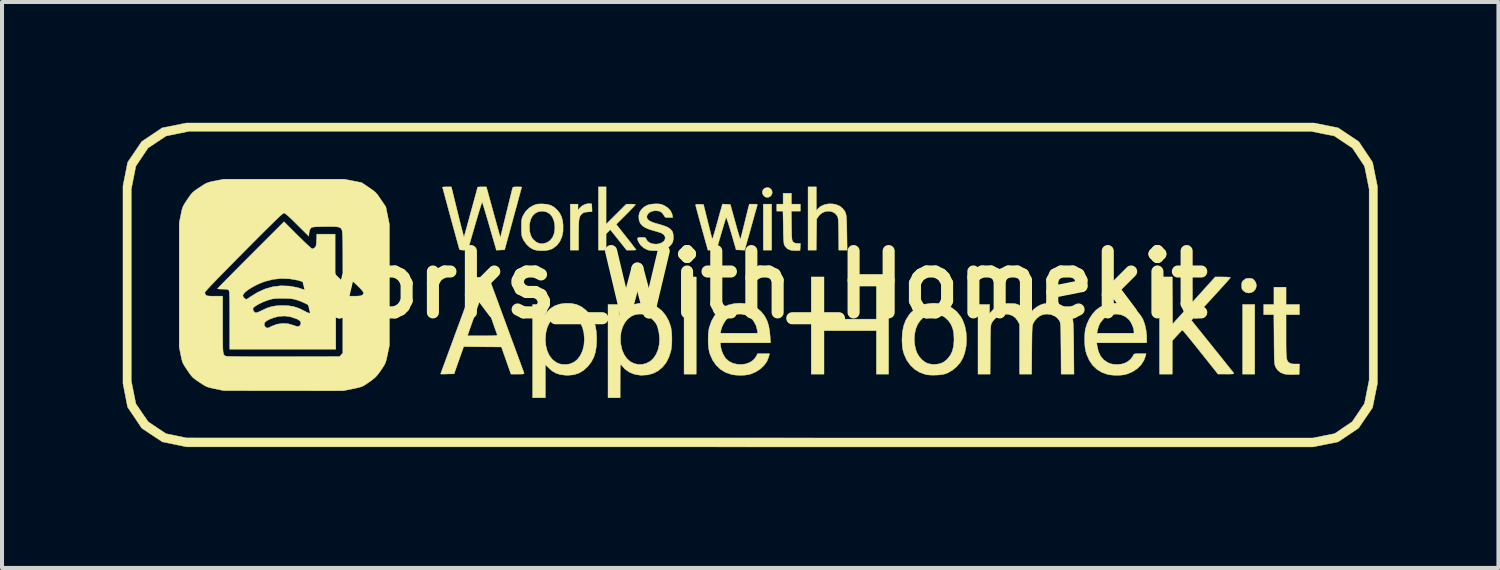
<source format=kicad_pcb>
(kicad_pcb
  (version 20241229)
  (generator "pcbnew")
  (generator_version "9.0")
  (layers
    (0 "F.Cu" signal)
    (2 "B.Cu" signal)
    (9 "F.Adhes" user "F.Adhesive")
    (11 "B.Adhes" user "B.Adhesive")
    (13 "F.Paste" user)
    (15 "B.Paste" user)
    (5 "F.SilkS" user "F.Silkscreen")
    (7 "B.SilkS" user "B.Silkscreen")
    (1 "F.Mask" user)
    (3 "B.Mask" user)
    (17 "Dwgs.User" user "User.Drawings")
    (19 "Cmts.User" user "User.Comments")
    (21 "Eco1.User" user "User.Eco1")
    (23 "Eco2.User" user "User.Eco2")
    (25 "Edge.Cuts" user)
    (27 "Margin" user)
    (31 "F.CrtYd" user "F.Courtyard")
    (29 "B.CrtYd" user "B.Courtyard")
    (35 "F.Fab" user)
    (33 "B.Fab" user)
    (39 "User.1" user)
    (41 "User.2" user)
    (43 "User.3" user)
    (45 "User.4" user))
  (footprint "Works_With_Homekit"
    (layer "F.Cu")
    (at 15.578 4.021)
    (property "Reference" "Works_With_Homekit" (at 0 0 0) (layer "F.SilkS") (effects (font (size 1.524 1.524) (thickness 0.3))))
    (attr through_hole)
    (fp_poly (pts (xy -1.333 2.223) (xy -1.635 2.223) (xy -1.635 -0.191) (xy -1.333 -0.191) (xy -1.333 2.223)) (stroke (width 0.01) (type solid)) (fill yes) (layer "F.SilkS"))
    (fp_poly (pts (xy 0.54 -0.857) (xy 0.333 -0.857) (xy 0.333 -2) (xy 0.54 -2) (xy 0.54 -0.857)) (stroke (width 0.01) (type solid)) (fill yes) (layer "F.SilkS"))
    (fp_poly (pts (xy 12.541 2.223) (xy 12.24 2.223) (xy 12.24 0.492) (xy 12.541 0.492) (xy 12.541 2.223)) (stroke (width 0.01) (type solid)) (fill yes) (layer "F.SilkS"))
    (fp_poly (pts (xy 1.841 0.857) (xy 3.143 0.857) (xy 3.143 -0.191) (xy 3.445 -0.191) (xy 3.445 2.223) (xy 3.143 2.223) (xy 3.143 1.143) (xy 1.841 1.143) (xy 1.841 2.223) (xy 1.524 2.223) (xy 1.524 -0.191) (xy 1.841 -0.191) (xy 1.841 0.857)) (stroke (width 0.01) (type solid)) (fill yes) (layer "F.SilkS"))
    (fp_poly (pts (xy 0.486 -2.402) (xy 0.521 -2.376) (xy 0.55 -2.327) (xy 0.554 -2.275) (xy 0.537 -2.227) (xy 0.503 -2.19) (xy 0.458 -2.169) (xy 0.405 -2.171) (xy 0.381 -2.18) (xy 0.337 -2.217) (xy 0.311 -2.268) (xy 0.31 -2.318) (xy 0.335 -2.368) (xy 0.379 -2.401) (xy 0.432 -2.413) (xy 0.486 -2.402)) (stroke (width 0.01) (type solid)) (fill yes) (layer "F.SilkS"))
    (fp_poly (pts (xy 12.454 -0.155) (xy 12.491 -0.142) (xy 12.525 -0.114) (xy 12.569 -0.05) (xy 12.584 0.022) (xy 12.567 0.096) (xy 12.564 0.102) (xy 12.521 0.16) (xy 12.462 0.196) (xy 12.393 0.208) (xy 12.324 0.195) (xy 12.268 0.16) (xy 12.238 0.13) (xy 12.222 0.1) (xy 12.216 0.06) (xy 12.216 0.024) (xy 12.218 -0.03) (xy 12.227 -0.065) (xy 12.247 -0.093) (xy 12.268 -0.112) (xy 12.308 -0.142) (xy 12.349 -0.156) (xy 12.4 -0.159) (xy 12.454 -0.155)) (stroke (width 0.01) (type solid)) (fill yes) (layer "F.SilkS"))
    (fp_poly (pts (xy -3.983 -2.013) (xy -3.929 -2.008) (xy -3.924 -1.911) (xy -3.92 -1.814) (xy -4.023 -1.807) (xy -4.087 -1.8) (xy -4.131 -1.787) (xy -4.164 -1.765) (xy -4.169 -1.761) (xy -4.194 -1.736) (xy -4.214 -1.71) (xy -4.229 -1.678) (xy -4.24 -1.637) (xy -4.247 -1.583) (xy -4.251 -1.511) (xy -4.254 -1.418) (xy -4.254 -1.298) (xy -4.255 -1.239) (xy -4.255 -0.857) (xy -4.461 -0.857) (xy -4.461 -2) (xy -4.27 -2) (xy -4.27 -1.85) (xy -4.223 -1.908) (xy -4.163 -1.961) (xy -4.088 -1.998) (xy -4.01 -2.014) (xy -3.983 -2.013)) (stroke (width 0.01) (type solid)) (fill yes) (layer "F.SilkS"))
    (fp_poly (pts (xy -3.572 -1.501) (xy -3.322 -1.75) (xy -3.071 -2) (xy -2.957 -2) (xy -2.901 -1.999) (xy -2.86 -1.995) (xy -2.842 -1.989) (xy -2.842 -1.989) (xy -2.852 -1.974) (xy -2.882 -1.941) (xy -2.928 -1.893) (xy -2.987 -1.832) (xy -3.055 -1.763) (xy -3.081 -1.737) (xy -3.32 -1.498) (xy -3.073 -1.185) (xy -3.005 -1.099) (xy -2.945 -1.022) (xy -2.894 -0.956) (xy -2.856 -0.906) (xy -2.832 -0.874) (xy -2.826 -0.865) (xy -2.84 -0.861) (xy -2.879 -0.858) (xy -2.933 -0.857) (xy -2.943 -0.857) (xy -3.061 -0.857) (xy -3.467 -1.366) (xy -3.519 -1.315) (xy -3.572 -1.264) (xy -3.572 -0.857) (xy -3.762 -0.857) (xy -3.762 -2.429) (xy -3.572 -2.429) (xy -3.572 -1.501)) (stroke (width 0.01) (type solid)) (fill yes) (layer "F.SilkS"))
    (fp_poly (pts (xy 1.032 -2) (xy 1.254 -2) (xy 1.254 -1.826) (xy 1.03 -1.826) (xy 1.035 -1.461) (xy 1.037 -1.344) (xy 1.038 -1.255) (xy 1.041 -1.189) (xy 1.044 -1.142) (xy 1.049 -1.11) (xy 1.055 -1.089) (xy 1.064 -1.074) (xy 1.075 -1.061) (xy 1.076 -1.06) (xy 1.114 -1.034) (xy 1.165 -1.024) (xy 1.184 -1.024) (xy 1.255 -1.024) (xy 1.251 -0.937) (xy 1.246 -0.849) (xy 1.151 -0.846) (xy 1.088 -0.848) (xy 1.029 -0.854) (xy 1 -0.86) (xy 0.931 -0.891) (xy 0.881 -0.943) (xy 0.861 -0.976) (xy 0.852 -0.997) (xy 0.846 -1.027) (xy 0.841 -1.071) (xy 0.836 -1.133) (xy 0.833 -1.215) (xy 0.83 -1.323) (xy 0.829 -1.425) (xy 0.822 -1.826) (xy 0.667 -1.826) (xy 0.667 -2) (xy 0.826 -2) (xy 0.826 -2.27) (xy 1.032 -2.27) (xy 1.032 -2)) (stroke (width 0.01) (type solid)) (fill yes) (layer "F.SilkS"))
    (fp_poly (pts (xy 1.651 -1.839) (xy 1.691 -1.887) (xy 1.76 -1.946) (xy 1.848 -1.986) (xy 1.946 -2.006) (xy 2.048 -2.007) (xy 2.147 -1.988) (xy 2.235 -1.95) (xy 2.303 -1.893) (xy 2.331 -1.86) (xy 2.354 -1.829) (xy 2.371 -1.796) (xy 2.384 -1.758) (xy 2.394 -1.709) (xy 2.4 -1.646) (xy 2.404 -1.565) (xy 2.407 -1.462) (xy 2.409 -1.332) (xy 2.41 -1.29) (xy 2.416 -0.857) (xy 2.209 -0.857) (xy 2.204 -1.258) (xy 2.202 -1.382) (xy 2.2 -1.478) (xy 2.198 -1.55) (xy 2.195 -1.604) (xy 2.191 -1.642) (xy 2.185 -1.67) (xy 2.177 -1.692) (xy 2.166 -1.711) (xy 2.163 -1.717) (xy 2.109 -1.776) (xy 2.04 -1.812) (xy 1.961 -1.826) (xy 1.88 -1.818) (xy 1.803 -1.788) (xy 1.735 -1.736) (xy 1.703 -1.696) (xy 1.659 -1.63) (xy 1.649 -0.857) (xy 1.445 -0.857) (xy 1.445 -2.429) (xy 1.651 -2.429) (xy 1.651 -1.839)) (stroke (width 0.01) (type solid)) (fill yes) (layer "F.SilkS"))
    (fp_poly (pts (xy 13.319 0.492) (xy 13.652 0.492) (xy 13.652 0.746) (xy 13.319 0.746) (xy 13.319 1.278) (xy 13.319 1.434) (xy 13.32 1.562) (xy 13.322 1.664) (xy 13.326 1.744) (xy 13.331 1.805) (xy 13.339 1.851) (xy 13.35 1.885) (xy 13.364 1.909) (xy 13.381 1.928) (xy 13.403 1.944) (xy 13.406 1.946) (xy 13.45 1.964) (xy 13.513 1.972) (xy 13.551 1.972) (xy 13.654 1.971) (xy 13.649 2.101) (xy 13.645 2.23) (xy 13.486 2.234) (xy 13.395 2.233) (xy 13.317 2.227) (xy 13.262 2.216) (xy 13.261 2.216) (xy 13.172 2.176) (xy 13.106 2.119) (xy 13.063 2.052) (xy 13.053 2.032) (xy 13.046 2.013) (xy 13.039 1.99) (xy 13.035 1.962) (xy 13.031 1.924) (xy 13.028 1.872) (xy 13.026 1.805) (xy 13.024 1.718) (xy 13.023 1.608) (xy 13.021 1.473) (xy 13.021 1.361) (xy 13.016 0.746) (xy 12.764 0.746) (xy 12.764 0.492) (xy 13.018 0.492) (xy 13.018 0.064) (xy 13.319 0.064) (xy 13.319 0.492)) (stroke (width 0.01) (type solid)) (fill yes) (layer "F.SilkS"))
    (fp_poly (pts (xy 10.501 0.978) (xy 11.03 0.394) (xy 11.559 -0.191) (xy 11.749 -0.191) (xy 11.833 -0.189) (xy 11.894 -0.186) (xy 11.93 -0.18) (xy 11.938 -0.175) (xy 11.928 -0.16) (xy 11.898 -0.126) (xy 11.852 -0.074) (xy 11.792 -0.006) (xy 11.72 0.073) (xy 11.639 0.162) (xy 11.551 0.258) (xy 11.46 0.358) (xy 11.366 0.459) (xy 11.274 0.558) (xy 11.185 0.654) (xy 11.103 0.742) (xy 11.029 0.819) (xy 10.967 0.885) (xy 11.489 1.534) (xy 11.589 1.659) (xy 11.684 1.776) (xy 11.77 1.885) (xy 11.847 1.981) (xy 11.913 2.063) (xy 11.965 2.128) (xy 12.001 2.174) (xy 12.02 2.199) (xy 12.023 2.203) (xy 12.021 2.211) (xy 12.002 2.217) (xy 11.961 2.22) (xy 11.895 2.222) (xy 11.832 2.222) (xy 11.628 2.221) (xy 11.192 1.674) (xy 11.101 1.56) (xy 11.016 1.454) (xy 10.939 1.359) (xy 10.872 1.276) (xy 10.817 1.21) (xy 10.776 1.161) (xy 10.752 1.133) (xy 10.745 1.127) (xy 10.731 1.138) (xy 10.7 1.168) (xy 10.658 1.213) (xy 10.614 1.26) (xy 10.493 1.393) (xy 10.493 2.223) (xy 10.176 2.223) (xy 10.176 -0.191) (xy 10.493 -0.191) (xy 10.501 0.978)) (stroke (width 0.01) (type solid)) (fill yes) (layer "F.SilkS"))
    (fp_poly (pts (xy 14.613 -3.895) (xy 15.126 -3.553) (xy 15.468 -3.04) (xy 15.589 -2.439) (xy 15.589 0.008) (xy 15.589 2.455) (xy 15.528 2.755) (xy 15.468 3.056) (xy 15.294 3.31) (xy 15.121 3.564) (xy 14.867 3.735) (xy 14.613 3.905) (xy 14.297 3.969) (xy 13.98 4.032) (xy -13.994 4.029) (xy -14.295 3.967) (xy -14.596 3.905) (xy -14.851 3.736) (xy -15.105 3.567) (xy -15.459 3.04) (xy -15.516 2.746) (xy -15.573 2.453) (xy -15.573 -2.373) (xy -15.367 -2.373) (xy -15.367 2.389) (xy -15.253 2.959) (xy -15.1 3.184) (xy -14.946 3.408) (xy -14.507 3.701) (xy -14.25 3.754) (xy -13.994 3.807) (xy 13.98 3.81) (xy 14.254 3.755) (xy 14.527 3.7) (xy 14.745 3.552) (xy 14.962 3.405) (xy 15.115 3.179) (xy 15.267 2.953) (xy 15.325 2.663) (xy 15.383 2.373) (xy 15.383 0) (xy 15.383 -2.373) (xy 15.326 -2.657) (xy 15.269 -2.941) (xy 15.118 -3.168) (xy 14.967 -3.394) (xy 14.518 -3.693) (xy 14.224 -3.752) (xy 13.93 -3.811) (xy 0 -3.81) (xy -13.93 -3.81) (xy -14.216 -3.751) (xy -14.502 -3.693) (xy -14.725 -3.544) (xy -14.949 -3.396) (xy -15.101 -3.17) (xy -15.253 -2.945) (xy -15.31 -2.659) (xy -15.367 -2.373) (xy -15.573 -2.373) (xy -15.573 -2.453) (xy -15.515 -2.746) (xy -15.457 -3.04) (xy -15.282 -3.297) (xy -15.108 -3.554) (xy -14.854 -3.724) (xy -14.599 -3.895) (xy -13.996 -4.016) (xy 14.012 -4.016) (xy 14.613 -3.895)) (stroke (width 0.01) (type solid)) (fill yes) (layer "F.SilkS"))
    (fp_poly (pts (xy -5.043 -1.997) (xy -4.947 -1.972) (xy -4.864 -1.925) (xy -4.787 -1.855) (xy -4.782 -1.85) (xy -4.72 -1.77) (xy -4.678 -1.684) (xy -4.652 -1.584) (xy -4.64 -1.474) (xy -4.642 -1.324) (xy -4.669 -1.19) (xy -4.72 -1.074) (xy -4.793 -0.978) (xy -4.889 -0.904) (xy -4.916 -0.889) (xy -4.992 -0.862) (xy -5.087 -0.846) (xy -5.189 -0.843) (xy -5.287 -0.851) (xy -5.369 -0.871) (xy -5.374 -0.873) (xy -5.465 -0.924) (xy -5.548 -1.001) (xy -5.615 -1.095) (xy -5.631 -1.124) (xy -5.649 -1.164) (xy -5.662 -1.199) (xy -5.669 -1.237) (xy -5.673 -1.286) (xy -5.675 -1.354) (xy -5.675 -1.421) (xy -5.675 -1.434) (xy -5.477 -1.434) (xy -5.47 -1.321) (xy -5.447 -1.231) (xy -5.408 -1.155) (xy -5.385 -1.126) (xy -5.31 -1.059) (xy -5.228 -1.023) (xy -5.139 -1.018) (xy -5.045 -1.043) (xy -5.04 -1.046) (xy -4.961 -1.099) (xy -4.901 -1.174) (xy -4.862 -1.271) (xy -4.845 -1.385) (xy -4.846 -1.47) (xy -4.867 -1.586) (xy -4.907 -1.681) (xy -4.967 -1.754) (xy -5.043 -1.802) (xy -5.135 -1.824) (xy -5.164 -1.825) (xy -5.259 -1.811) (xy -5.339 -1.769) (xy -5.403 -1.704) (xy -5.448 -1.616) (xy -5.473 -1.508) (xy -5.477 -1.434) (xy -5.675 -1.434) (xy -5.675 -1.508) (xy -5.673 -1.571) (xy -5.668 -1.617) (xy -5.659 -1.655) (xy -5.645 -1.691) (xy -5.634 -1.716) (xy -5.566 -1.824) (xy -5.476 -1.911) (xy -5.383 -1.966) (xy -5.33 -1.987) (xy -5.28 -2) (xy -5.221 -2.005) (xy -5.159 -2.006) (xy -5.043 -1.997)) (stroke (width 0.01) (type solid)) (fill yes) (layer "F.SilkS"))
    (fp_poly (pts (xy -4.433 0.467) (xy -4.306 0.493) (xy -4.193 0.544) (xy -4.088 0.622) (xy -4.026 0.683) (xy -3.943 0.787) (xy -3.881 0.901) (xy -3.839 1.027) (xy -3.814 1.172) (xy -3.805 1.34) (xy -3.805 1.349) (xy -3.813 1.523) (xy -3.836 1.672) (xy -3.878 1.803) (xy -3.939 1.919) (xy -4.02 2.025) (xy -4.028 2.033) (xy -4.135 2.131) (xy -4.25 2.199) (xy -4.376 2.239) (xy -4.518 2.252) (xy -4.579 2.25) (xy -4.709 2.234) (xy -4.818 2.2) (xy -4.913 2.144) (xy -4.989 2.078) (xy -5.08 1.987) (xy -5.08 2.81) (xy -5.397 2.81) (xy -5.397 1.357) (xy -5.08 1.357) (xy -5.069 1.51) (xy -5.035 1.645) (xy -4.981 1.762) (xy -4.907 1.857) (xy -4.815 1.929) (xy -4.739 1.965) (xy -4.676 1.978) (xy -4.598 1.983) (xy -4.519 1.978) (xy -4.46 1.966) (xy -4.362 1.921) (xy -4.277 1.849) (xy -4.208 1.754) (xy -4.156 1.639) (xy -4.123 1.508) (xy -4.112 1.363) (xy -4.112 1.357) (xy -4.123 1.206) (xy -4.155 1.072) (xy -4.207 0.957) (xy -4.277 0.863) (xy -4.364 0.793) (xy -4.467 0.748) (xy -4.582 0.73) (xy -4.597 0.73) (xy -4.714 0.745) (xy -4.817 0.786) (xy -4.906 0.854) (xy -4.978 0.945) (xy -5.032 1.057) (xy -5.066 1.189) (xy -5.08 1.34) (xy -5.08 1.357) (xy -5.397 1.357) (xy -5.397 0.492) (xy -5.096 0.492) (xy -5.096 0.752) (xy -5.052 0.695) (xy -4.96 0.598) (xy -4.852 0.528) (xy -4.726 0.483) (xy -4.581 0.463) (xy -4.578 0.463) (xy -4.433 0.467)) (stroke (width 0.01) (type solid)) (fill yes) (layer "F.SilkS"))
    (fp_poly (pts (xy -0.092 0.473) (xy 0.049 0.513) (xy 0.173 0.579) (xy 0.28 0.671) (xy 0.291 0.683) (xy 0.367 0.781) (xy 0.424 0.889) (xy 0.465 1.011) (xy 0.491 1.153) (xy 0.502 1.274) (xy 0.513 1.445) (xy -0.735 1.445) (xy -0.726 1.532) (xy -0.704 1.632) (xy -0.663 1.734) (xy -0.608 1.823) (xy -0.596 1.838) (xy -0.52 1.904) (xy -0.426 1.951) (xy -0.32 1.977) (xy -0.21 1.983) (xy -0.101 1.969) (xy -0.001 1.932) (xy 0.068 1.887) (xy 0.113 1.843) (xy 0.151 1.791) (xy 0.16 1.776) (xy 0.191 1.714) (xy 0.489 1.714) (xy 0.468 1.796) (xy 0.423 1.906) (xy 0.351 2.007) (xy 0.257 2.096) (xy 0.145 2.168) (xy 0.02 2.22) (xy -0.044 2.237) (xy -0.14 2.249) (xy -0.251 2.252) (xy -0.362 2.246) (xy -0.459 2.231) (xy -0.464 2.23) (xy -0.605 2.18) (xy -0.73 2.104) (xy -0.837 2.003) (xy -0.923 1.879) (xy -0.988 1.735) (xy -1.009 1.667) (xy -1.024 1.585) (xy -1.034 1.482) (xy -1.037 1.369) (xy -1.034 1.256) (xy -1.03 1.206) (xy -0.732 1.206) (xy 0.195 1.206) (xy 0.185 1.134) (xy 0.153 1.015) (xy 0.094 0.906) (xy 0.062 0.866) (xy -0.018 0.797) (xy -0.113 0.752) (xy -0.217 0.731) (xy -0.324 0.733) (xy -0.427 0.758) (xy -0.52 0.807) (xy -0.586 0.866) (xy -0.64 0.943) (xy -0.687 1.034) (xy -0.717 1.126) (xy -0.721 1.147) (xy -0.732 1.206) (xy -1.03 1.206) (xy -1.026 1.154) (xy -1.011 1.072) (xy -1.011 1.07) (xy -0.954 0.907) (xy -0.877 0.769) (xy -0.782 0.655) (xy -0.668 0.567) (xy -0.535 0.505) (xy -0.386 0.47) (xy -0.25 0.46) (xy -0.092 0.473)) (stroke (width 0.01) (type solid)) (fill yes) (layer "F.SilkS"))
    (fp_poly (pts (xy -2.491 0.479) (xy -2.366 0.523) (xy -2.294 0.563) (xy -2.185 0.651) (xy -2.092 0.764) (xy -2.018 0.896) (xy -1.966 1.045) (xy -1.961 1.065) (xy -1.947 1.15) (xy -1.939 1.256) (xy -1.937 1.372) (xy -1.941 1.486) (xy -1.951 1.588) (xy -1.962 1.646) (xy -2.012 1.804) (xy -2.083 1.941) (xy -2.174 2.054) (xy -2.283 2.143) (xy -2.409 2.207) (xy -2.549 2.243) (xy -2.703 2.251) (xy -2.723 2.25) (xy -2.865 2.227) (xy -2.992 2.176) (xy -3.104 2.097) (xy -3.198 1.992) (xy -3.205 1.986) (xy -3.211 1.989) (xy -3.215 2.005) (xy -3.218 2.038) (xy -3.22 2.09) (xy -3.221 2.164) (xy -3.222 2.264) (xy -3.222 2.385) (xy -3.223 2.81) (xy -3.524 2.81) (xy -3.524 1.308) (xy -3.215 1.308) (xy -3.21 1.454) (xy -3.206 1.479) (xy -3.176 1.617) (xy -3.125 1.736) (xy -3.058 1.834) (xy -2.975 1.909) (xy -2.88 1.959) (xy -2.775 1.983) (xy -2.663 1.979) (xy -2.568 1.953) (xy -2.471 1.9) (xy -2.39 1.823) (xy -2.326 1.725) (xy -2.279 1.61) (xy -2.251 1.481) (xy -2.244 1.343) (xy -2.258 1.198) (xy -2.289 1.065) (xy -2.31 1.006) (xy -2.337 0.959) (xy -2.375 0.911) (xy -2.419 0.865) (xy -2.49 0.801) (xy -2.557 0.76) (xy -2.63 0.738) (xy -2.718 0.73) (xy -2.741 0.73) (xy -2.85 0.745) (xy -2.949 0.787) (xy -3.035 0.854) (xy -3.106 0.942) (xy -3.161 1.05) (xy -3.198 1.172) (xy -3.215 1.308) (xy -3.524 1.308) (xy -3.524 0.492) (xy -3.239 0.492) (xy -3.239 0.767) (xy -3.191 0.701) (xy -3.107 0.611) (xy -3.002 0.54) (xy -2.884 0.491) (xy -2.755 0.464) (xy -2.623 0.46) (xy -2.491 0.479)) (stroke (width 0.01) (type solid)) (fill yes) (layer "F.SilkS"))
    (fp_poly (pts (xy 4.744 0.474) (xy 4.893 0.515) (xy 5.025 0.581) (xy 5.139 0.672) (xy 5.233 0.788) (xy 5.286 0.881) (xy 5.34 1.027) (xy 5.372 1.188) (xy 5.383 1.358) (xy 5.372 1.528) (xy 5.338 1.691) (xy 5.289 1.826) (xy 5.224 1.936) (xy 5.136 2.038) (xy 5.031 2.125) (xy 4.918 2.191) (xy 4.854 2.216) (xy 4.775 2.233) (xy 4.678 2.244) (xy 4.573 2.248) (xy 4.472 2.246) (xy 4.386 2.236) (xy 4.362 2.231) (xy 4.219 2.179) (xy 4.092 2.101) (xy 3.984 1.998) (xy 3.896 1.874) (xy 3.831 1.73) (xy 3.803 1.634) (xy 3.791 1.567) (xy 3.783 1.482) (xy 3.779 1.389) (xy 3.779 1.363) (xy 4.084 1.363) (xy 4.096 1.501) (xy 4.128 1.634) (xy 4.155 1.703) (xy 4.205 1.787) (xy 4.274 1.864) (xy 4.352 1.926) (xy 4.418 1.958) (xy 4.519 1.98) (xy 4.63 1.98) (xy 4.737 1.958) (xy 4.753 1.952) (xy 4.825 1.916) (xy 4.892 1.861) (xy 4.918 1.834) (xy 4.985 1.744) (xy 5.032 1.641) (xy 5.06 1.521) (xy 5.071 1.379) (xy 5.071 1.358) (xy 5.064 1.216) (xy 5.041 1.097) (xy 5.001 0.997) (xy 4.942 0.908) (xy 4.921 0.884) (xy 4.839 0.808) (xy 4.755 0.759) (xy 4.661 0.736) (xy 4.557 0.734) (xy 4.453 0.747) (xy 4.369 0.777) (xy 4.295 0.828) (xy 4.233 0.89) (xy 4.168 0.984) (xy 4.121 1.099) (xy 4.093 1.227) (xy 4.084 1.363) (xy 3.779 1.363) (xy 3.779 1.357) (xy 3.789 1.177) (xy 3.821 1.018) (xy 3.875 0.877) (xy 3.953 0.752) (xy 3.993 0.703) (xy 4.101 0.603) (xy 4.227 0.53) (xy 4.371 0.482) (xy 4.531 0.461) (xy 4.58 0.46) (xy 4.744 0.474)) (stroke (width 0.01) (type solid)) (fill yes) (layer "F.SilkS"))
    (fp_poly (pts (xy -6.053 0.992) (xy -5.985 1.177) (xy -5.92 1.354) (xy -5.858 1.52) (xy -5.802 1.673) (xy -5.751 1.811) (xy -5.707 1.932) (xy -5.67 2.032) (xy -5.641 2.111) (xy -5.621 2.165) (xy -5.612 2.192) (xy -5.611 2.195) (xy -5.609 2.207) (xy -5.618 2.215) (xy -5.643 2.22) (xy -5.689 2.222) (xy -5.761 2.222) (xy -5.768 2.223) (xy -5.934 2.223) (xy -5.992 2.06) (xy -6.023 1.971) (xy -6.059 1.869) (xy -6.094 1.769) (xy -6.111 1.722) (xy -6.172 1.548) (xy -6.64 1.544) (xy -7.109 1.539) (xy -7.15 1.655) (xy -7.171 1.713) (xy -7.199 1.793) (xy -7.231 1.883) (xy -7.263 1.974) (xy -7.269 1.992) (xy -7.347 2.215) (xy -7.515 2.219) (xy -7.584 2.221) (xy -7.639 2.221) (xy -7.674 2.22) (xy -7.683 2.219) (xy -7.678 2.204) (xy -7.662 2.161) (xy -7.638 2.093) (xy -7.604 2.002) (xy -7.563 1.89) (xy -7.515 1.759) (xy -7.461 1.612) (xy -7.401 1.451) (xy -7.338 1.278) (xy -7.335 1.27) (xy -7.016 1.27) (xy -6.642 1.27) (xy -6.519 1.27) (xy -6.425 1.269) (xy -6.357 1.266) (xy -6.311 1.263) (xy -6.285 1.259) (xy -6.275 1.253) (xy -6.275 1.25) (xy -6.282 1.231) (xy -6.298 1.185) (xy -6.322 1.117) (xy -6.353 1.029) (xy -6.389 0.926) (xy -6.429 0.811) (xy -6.462 0.718) (xy -6.504 0.598) (xy -6.543 0.488) (xy -6.577 0.391) (xy -6.606 0.312) (xy -6.627 0.254) (xy -6.64 0.219) (xy -6.644 0.21) (xy -6.65 0.226) (xy -6.665 0.266) (xy -6.686 0.326) (xy -6.712 0.401) (xy -6.73 0.452) (xy -6.765 0.551) (xy -6.805 0.668) (xy -6.849 0.792) (xy -6.891 0.912) (xy -6.915 0.98) (xy -7.016 1.27) (xy -7.335 1.27) (xy -7.27 1.095) (xy -7.241 1.016) (xy -6.799 -0.183) (xy -6.486 -0.183) (xy -6.053 0.992)) (stroke (width 0.01) (type solid)) (fill yes) (layer "F.SilkS"))
    (fp_poly (pts (xy -2.278 -2.006) (xy -2.226 -2.001) (xy -2.181 -1.989) (xy -2.131 -1.967) (xy -2.119 -1.961) (xy -2.031 -1.902) (xy -1.967 -1.83) (xy -1.931 -1.747) (xy -1.926 -1.726) (xy -1.917 -1.667) (xy -2.013 -1.667) (xy -2.066 -1.668) (xy -2.098 -1.673) (xy -2.117 -1.689) (xy -2.134 -1.718) (xy -2.138 -1.726) (xy -2.184 -1.788) (xy -2.25 -1.826) (xy -2.335 -1.838) (xy -2.362 -1.837) (xy -2.447 -1.819) (xy -2.513 -1.78) (xy -2.55 -1.731) (xy -2.562 -1.678) (xy -2.544 -1.629) (xy -2.496 -1.585) (xy -2.418 -1.548) (xy -2.345 -1.525) (xy -2.227 -1.492) (xy -2.135 -1.463) (xy -2.065 -1.436) (xy -2.012 -1.407) (xy -1.971 -1.376) (xy -1.938 -1.338) (xy -1.932 -1.331) (xy -1.912 -1.284) (xy -1.902 -1.218) (xy -1.901 -1.145) (xy -1.912 -1.077) (xy -1.926 -1.036) (xy -1.973 -0.974) (xy -2.041 -0.917) (xy -2.121 -0.875) (xy -2.15 -0.865) (xy -2.219 -0.851) (xy -2.304 -0.844) (xy -2.394 -0.844) (xy -2.476 -0.85) (xy -2.541 -0.863) (xy -2.546 -0.865) (xy -2.636 -0.912) (xy -2.712 -0.98) (xy -2.758 -1.048) (xy -2.786 -1.107) (xy -2.794 -1.145) (xy -2.781 -1.165) (xy -2.742 -1.173) (xy -2.692 -1.175) (xy -2.637 -1.174) (xy -2.605 -1.169) (xy -2.588 -1.157) (xy -2.577 -1.135) (xy -2.574 -1.127) (xy -2.541 -1.077) (xy -2.485 -1.038) (xy -2.412 -1.014) (xy -2.332 -1.006) (xy -2.251 -1.017) (xy -2.179 -1.046) (xy -2.13 -1.088) (xy -2.105 -1.137) (xy -2.106 -1.189) (xy -2.135 -1.237) (xy -2.188 -1.277) (xy -2.224 -1.291) (xy -2.281 -1.31) (xy -2.347 -1.329) (xy -2.366 -1.334) (xy -2.496 -1.372) (xy -2.596 -1.415) (xy -2.67 -1.464) (xy -2.72 -1.52) (xy -2.749 -1.587) (xy -2.756 -1.623) (xy -2.759 -1.72) (xy -2.738 -1.8) (xy -2.692 -1.87) (xy -2.689 -1.873) (xy -2.618 -1.937) (xy -2.537 -1.979) (xy -2.44 -2.001) (xy -2.349 -2.007) (xy -2.278 -2.006)) (stroke (width 0.01) (type solid)) (fill yes) (layer "F.SilkS"))
    (fp_poly (pts (xy 9.252 0.472) (xy 9.389 0.507) (xy 9.487 0.551) (xy 9.559 0.603) (xy 9.634 0.676) (xy 9.702 0.76) (xy 9.756 0.845) (xy 9.764 0.862) (xy 9.808 0.98) (xy 9.839 1.115) (xy 9.856 1.257) (xy 9.858 1.327) (xy 9.858 1.445) (xy 8.616 1.445) (xy 8.627 1.526) (xy 8.658 1.661) (xy 8.711 1.774) (xy 8.787 1.865) (xy 8.884 1.933) (xy 8.949 1.961) (xy 9.03 1.979) (xy 9.127 1.983) (xy 9.225 1.974) (xy 9.309 1.952) (xy 9.382 1.914) (xy 9.45 1.859) (xy 9.503 1.796) (xy 9.525 1.753) (xy 9.534 1.735) (xy 9.547 1.724) (xy 9.571 1.718) (xy 9.613 1.715) (xy 9.679 1.715) (xy 9.692 1.714) (xy 9.843 1.714) (xy 9.833 1.758) (xy 9.789 1.88) (xy 9.718 1.991) (xy 9.623 2.086) (xy 9.506 2.163) (xy 9.371 2.22) (xy 9.332 2.231) (xy 9.251 2.245) (xy 9.152 2.252) (xy 9.046 2.25) (xy 8.946 2.241) (xy 8.886 2.23) (xy 8.745 2.18) (xy 8.621 2.104) (xy 8.516 2.004) (xy 8.431 1.879) (xy 8.366 1.732) (xy 8.342 1.651) (xy 8.327 1.569) (xy 8.318 1.467) (xy 8.315 1.356) (xy 8.318 1.246) (xy 8.322 1.206) (xy 8.62 1.206) (xy 9.541 1.206) (xy 9.541 1.159) (xy 9.531 1.096) (xy 9.505 1.02) (xy 9.468 0.944) (xy 9.426 0.88) (xy 9.416 0.869) (xy 9.329 0.795) (xy 9.227 0.749) (xy 9.112 0.731) (xy 9.096 0.731) (xy 8.977 0.743) (xy 8.876 0.779) (xy 8.791 0.841) (xy 8.717 0.931) (xy 8.717 0.931) (xy 8.689 0.976) (xy 8.669 1.021) (xy 8.651 1.074) (xy 8.633 1.147) (xy 8.629 1.163) (xy 8.62 1.206) (xy 8.322 1.206) (xy 8.327 1.148) (xy 8.335 1.103) (xy 8.375 0.971) (xy 8.436 0.843) (xy 8.512 0.728) (xy 8.6 0.632) (xy 8.694 0.561) (xy 8.82 0.505) (xy 8.96 0.471) (xy 9.106 0.46) (xy 9.252 0.472)) (stroke (width 0.01) (type solid)) (fill yes) (layer "F.SilkS"))
    (fp_poly (pts (xy -0.584 -1.997) (xy -0.486 -1.992) (xy -0.366 -1.56) (xy -0.335 -1.448) (xy -0.306 -1.347) (xy -0.281 -1.261) (xy -0.261 -1.193) (xy -0.246 -1.147) (xy -0.239 -1.128) (xy -0.238 -1.127) (xy -0.232 -1.142) (xy -0.22 -1.183) (xy -0.203 -1.247) (xy -0.182 -1.33) (xy -0.158 -1.426) (xy -0.138 -1.506) (xy -0.112 -1.614) (xy -0.087 -1.716) (xy -0.065 -1.805) (xy -0.047 -1.876) (xy -0.035 -1.925) (xy -0.03 -1.942) (xy -0.014 -2) (xy 0.09 -2) (xy 0.148 -1.999) (xy 0.179 -1.993) (xy 0.187 -1.982) (xy 0.186 -1.98) (xy 0.18 -1.961) (xy 0.167 -1.914) (xy 0.147 -1.845) (xy 0.122 -1.757) (xy 0.094 -1.654) (xy 0.062 -1.54) (xy 0.048 -1.492) (xy 0.015 -1.371) (xy -0.017 -1.256) (xy -0.047 -1.151) (xy -0.072 -1.062) (xy -0.091 -0.993) (xy -0.104 -0.948) (xy -0.106 -0.94) (xy -0.13 -0.856) (xy -0.235 -0.861) (xy -0.341 -0.865) (xy -0.46 -1.273) (xy -0.492 -1.381) (xy -0.521 -1.477) (xy -0.547 -1.557) (xy -0.568 -1.619) (xy -0.582 -1.658) (xy -0.589 -1.67) (xy -0.589 -1.67) (xy -0.596 -1.652) (xy -0.611 -1.608) (xy -0.631 -1.542) (xy -0.657 -1.458) (xy -0.686 -1.359) (xy -0.716 -1.258) (xy -0.832 -0.857) (xy -1.042 -0.857) (xy -1.196 -1.409) (xy -1.231 -1.536) (xy -1.264 -1.655) (xy -1.292 -1.76) (xy -1.316 -1.849) (xy -1.334 -1.918) (xy -1.346 -1.963) (xy -1.349 -1.981) (xy -1.34 -1.993) (xy -1.308 -1.998) (xy -1.251 -1.997) (xy -1.152 -1.992) (xy -1.048 -1.572) (xy -1.02 -1.46) (xy -0.994 -1.358) (xy -0.972 -1.27) (xy -0.954 -1.2) (xy -0.942 -1.153) (xy -0.936 -1.132) (xy -0.936 -1.131) (xy -0.93 -1.14) (xy -0.917 -1.176) (xy -0.898 -1.235) (xy -0.875 -1.312) (xy -0.848 -1.405) (xy -0.827 -1.481) (xy -0.797 -1.589) (xy -0.769 -1.691) (xy -0.744 -1.782) (xy -0.723 -1.856) (xy -0.708 -1.908) (xy -0.703 -1.926) (xy -0.681 -2.002) (xy -0.584 -1.997)) (stroke (width 0.01) (type solid)) (fill yes) (layer "F.SilkS"))
    (fp_poly (pts (xy -7.261 -1.798) (xy -7.228 -1.663) (xy -7.197 -1.538) (xy -7.169 -1.427) (xy -7.144 -1.334) (xy -7.125 -1.26) (xy -7.111 -1.209) (xy -7.103 -1.185) (xy -7.102 -1.183) (xy -7.094 -1.212) (xy -7.079 -1.265) (xy -7.058 -1.34) (xy -7.033 -1.431) (xy -7.004 -1.535) (xy -6.973 -1.648) (xy -6.941 -1.767) (xy -6.908 -1.886) (xy -6.876 -2.003) (xy -6.846 -2.112) (xy -6.819 -2.211) (xy -6.796 -2.296) (xy -6.779 -2.362) (xy -6.767 -2.405) (xy -6.763 -2.421) (xy -6.763 -2.421) (xy -6.748 -2.425) (xy -6.71 -2.428) (xy -6.656 -2.429) (xy -6.654 -2.429) (xy -6.546 -2.429) (xy -6.373 -1.799) (xy -6.199 -1.169) (xy -6.055 -1.755) (xy -6.023 -1.888) (xy -5.992 -2.013) (xy -5.964 -2.126) (xy -5.94 -2.223) (xy -5.921 -2.301) (xy -5.907 -2.356) (xy -5.9 -2.384) (xy -5.9 -2.385) (xy -5.893 -2.408) (xy -5.88 -2.421) (xy -5.854 -2.427) (xy -5.807 -2.429) (xy -5.778 -2.429) (xy -5.724 -2.428) (xy -5.684 -2.427) (xy -5.668 -2.425) (xy -5.668 -2.425) (xy -5.672 -2.409) (xy -5.684 -2.366) (xy -5.702 -2.298) (xy -5.727 -2.208) (xy -5.756 -2.098) (xy -5.79 -1.973) (xy -5.828 -1.835) (xy -5.869 -1.686) (xy -5.88 -1.643) (xy -6.093 -0.865) (xy -6.195 -0.861) (xy -6.297 -0.856) (xy -6.468 -1.448) (xy -6.506 -1.58) (xy -6.542 -1.701) (xy -6.574 -1.81) (xy -6.602 -1.903) (xy -6.625 -1.976) (xy -6.64 -2.026) (xy -6.649 -2.05) (xy -6.649 -2.051) (xy -6.656 -2.039) (xy -6.67 -1.999) (xy -6.691 -1.935) (xy -6.718 -1.85) (xy -6.749 -1.748) (xy -6.784 -1.63) (xy -6.822 -1.502) (xy -6.834 -1.46) (xy -7.008 -0.857) (xy -7.108 -0.857) (xy -7.173 -0.861) (xy -7.209 -0.87) (xy -7.215 -0.877) (xy -7.221 -0.896) (xy -7.234 -0.943) (xy -7.253 -1.012) (xy -7.277 -1.1) (xy -7.306 -1.205) (xy -7.338 -1.323) (xy -7.373 -1.449) (xy -7.409 -1.58) (xy -7.445 -1.714) (xy -7.481 -1.846) (xy -7.515 -1.972) (xy -7.547 -2.09) (xy -7.575 -2.195) (xy -7.599 -2.284) (xy -7.618 -2.354) (xy -7.631 -2.401) (xy -7.636 -2.421) (xy -7.636 -2.422) (xy -7.621 -2.425) (xy -7.583 -2.428) (xy -7.529 -2.429) (xy -7.526 -2.429) (xy -7.416 -2.429) (xy -7.261 -1.798)) (stroke (width 0.01) (type solid)) (fill yes) (layer "F.SilkS"))
    (fp_poly (pts (xy 7.548 0.469) (xy 7.604 0.472) (xy 7.648 0.479) (xy 7.687 0.491) (xy 7.732 0.512) (xy 7.752 0.521) (xy 7.836 0.571) (xy 7.901 0.629) (xy 7.922 0.653) (xy 7.949 0.688) (xy 7.971 0.72) (xy 7.989 0.753) (xy 8.004 0.79) (xy 8.015 0.834) (xy 8.024 0.889) (xy 8.031 0.957) (xy 8.036 1.042) (xy 8.039 1.147) (xy 8.042 1.275) (xy 8.044 1.429) (xy 8.045 1.56) (xy 8.051 2.223) (xy 7.732 2.223) (xy 7.728 1.591) (xy 7.726 1.433) (xy 7.725 1.303) (xy 7.724 1.198) (xy 7.722 1.115) (xy 7.72 1.052) (xy 7.717 1.004) (xy 7.713 0.968) (xy 7.708 0.942) (xy 7.701 0.922) (xy 7.694 0.904) (xy 7.69 0.897) (xy 7.635 0.825) (xy 7.559 0.771) (xy 7.468 0.739) (xy 7.368 0.731) (xy 7.274 0.745) (xy 7.2 0.779) (xy 7.129 0.835) (xy 7.07 0.905) (xy 7.042 0.953) (xy 7.033 0.972) (xy 7.026 0.993) (xy 7.021 1.019) (xy 7.016 1.053) (xy 7.013 1.099) (xy 7.01 1.159) (xy 7.008 1.237) (xy 7.007 1.337) (xy 7.005 1.461) (xy 7.004 1.614) (xy 7.004 1.623) (xy 6.999 2.223) (xy 6.699 2.223) (xy 6.699 0.988) (xy 6.655 0.903) (xy 6.597 0.825) (xy 6.52 0.769) (xy 6.428 0.737) (xy 6.326 0.731) (xy 6.238 0.746) (xy 6.175 0.775) (xy 6.11 0.825) (xy 6.051 0.886) (xy 6.012 0.942) (xy 6.003 0.96) (xy 5.996 0.978) (xy 5.99 1.001) (xy 5.985 1.03) (xy 5.982 1.071) (xy 5.979 1.125) (xy 5.977 1.196) (xy 5.975 1.288) (xy 5.974 1.403) (xy 5.973 1.546) (xy 5.972 1.615) (xy 5.968 2.223) (xy 5.667 2.223) (xy 5.667 0.492) (xy 5.953 0.492) (xy 5.953 0.718) (xy 6.027 0.636) (xy 6.079 0.585) (xy 6.139 0.538) (xy 6.182 0.511) (xy 6.221 0.492) (xy 6.257 0.479) (xy 6.298 0.472) (xy 6.353 0.469) (xy 6.431 0.468) (xy 6.437 0.468) (xy 6.517 0.469) (xy 6.573 0.472) (xy 6.615 0.479) (xy 6.651 0.491) (xy 6.69 0.509) (xy 6.692 0.511) (xy 6.772 0.564) (xy 6.841 0.631) (xy 6.892 0.702) (xy 6.904 0.726) (xy 6.925 0.778) (xy 6.968 0.71) (xy 7.04 0.622) (xy 7.132 0.55) (xy 7.207 0.509) (xy 7.25 0.491) (xy 7.29 0.479) (xy 7.336 0.472) (xy 7.397 0.469) (xy 7.469 0.468) (xy 7.548 0.469)) (stroke (width 0.01) (type solid)) (fill yes) (layer "F.SilkS"))
    (fp_poly (pts (xy -9.858 -2.577) (xy -9.644 -2.535) (xy -9.466 -2.415) (xy -9.394 -2.366) (xy -9.341 -2.327) (xy -9.299 -2.29) (xy -9.262 -2.25) (xy -9.224 -2.198) (xy -9.176 -2.128) (xy -9.166 -2.114) (xy -9.043 -1.932) (xy -8.999 -1.716) (xy -8.955 -1.5) (xy -8.954 0.003) (xy -8.954 1.507) (xy -9.001 1.731) (xy -9.02 1.819) (xy -9.036 1.885) (xy -9.052 1.935) (xy -9.072 1.98) (xy -9.098 2.026) (xy -9.135 2.082) (xy -9.162 2.122) (xy -9.21 2.19) (xy -9.252 2.244) (xy -9.294 2.291) (xy -9.342 2.334) (xy -9.402 2.381) (xy -9.48 2.435) (xy -9.537 2.474) (xy -9.579 2.501) (xy -9.618 2.522) (xy -9.662 2.539) (xy -9.717 2.555) (xy -9.79 2.572) (xy -9.869 2.588) (xy -10.101 2.635) (xy -11.587 2.634) (xy -13.073 2.632) (xy -13.284 2.588) (xy -13.369 2.57) (xy -13.432 2.555) (xy -13.483 2.538) (xy -13.529 2.516) (xy -13.581 2.486) (xy -13.647 2.443) (xy -13.673 2.426) (xy -13.746 2.377) (xy -13.799 2.338) (xy -13.841 2.302) (xy -13.877 2.262) (xy -13.916 2.21) (xy -13.964 2.141) (xy -13.974 2.126) (xy -14.023 2.053) (xy -14.058 1.997) (xy -14.083 1.951) (xy -14.1 1.906) (xy -14.115 1.852) (xy -14.13 1.782) (xy -14.137 1.748) (xy -14.176 1.551) (xy -14.176 0.196) (xy -13.541 0.196) (xy -13.531 0.232) (xy -13.515 0.257) (xy -13.5 0.269) (xy -13.478 0.277) (xy -13.442 0.282) (xy -13.387 0.285) (xy -13.307 0.286) (xy -13.293 0.286) (xy -13.097 0.286) (xy -13.097 0.989) (xy -13.097 1.163) (xy -13.097 1.308) (xy -13.096 1.427) (xy -13.094 1.523) (xy -13.091 1.598) (xy -13.087 1.655) (xy -13.08 1.697) (xy -13.072 1.727) (xy -13.061 1.747) (xy -13.048 1.76) (xy -13.032 1.77) (xy -13.012 1.778) (xy -13.012 1.778) (xy -12.991 1.78) (xy -12.941 1.782) (xy -12.864 1.784) (xy -12.762 1.785) (xy -12.638 1.787) (xy -12.494 1.788) (xy -12.332 1.789) (xy -12.154 1.789) (xy -11.964 1.789) (xy -11.763 1.789) (xy -11.583 1.789) (xy -10.189 1.786) (xy -10.151 1.741) (xy -10.112 1.697) (xy -10.112 0.991) (xy -10.112 0.286) (xy -9.885 0.286) (xy -9.787 0.285) (xy -9.716 0.282) (xy -9.666 0.275) (xy -9.634 0.264) (xy -9.614 0.247) (xy -9.601 0.223) (xy -9.599 0.217) (xy -9.6 0.198) (xy -9.614 0.17) (xy -9.644 0.132) (xy -9.692 0.08) (xy -9.759 0.014) (xy -9.847 -0.068) (xy -9.928 -0.143) (xy -10.111 -0.31) (xy -10.112 -0.794) (xy -10.113 -0.931) (xy -10.114 -1.055) (xy -10.117 -1.161) (xy -10.12 -1.246) (xy -10.125 -1.306) (xy -10.129 -1.337) (xy -10.141 -1.372) (xy -10.157 -1.398) (xy -10.182 -1.417) (xy -10.219 -1.43) (xy -10.272 -1.438) (xy -10.346 -1.442) (xy -10.444 -1.443) (xy -10.557 -1.442) (xy -10.666 -1.44) (xy -10.747 -1.438) (xy -10.805 -1.435) (xy -10.845 -1.431) (xy -10.872 -1.425) (xy -10.89 -1.417) (xy -10.904 -1.406) (xy -10.908 -1.402) (xy -10.937 -1.353) (xy -10.95 -1.286) (xy -10.958 -1.204) (xy -11.247 -1.491) (xy -11.344 -1.587) (xy -11.421 -1.661) (xy -11.481 -1.716) (xy -11.526 -1.752) (xy -11.556 -1.773) (xy -11.574 -1.779) (xy -11.585 -1.774) (xy -11.605 -1.761) (xy -11.635 -1.736) (xy -11.676 -1.7) (xy -11.729 -1.65) (xy -11.796 -1.586) (xy -11.877 -1.507) (xy -11.974 -1.411) (xy -12.089 -1.298) (xy -12.222 -1.165) (xy -12.374 -1.012) (xy -12.547 -0.838) (xy -12.577 -0.808) (xy -12.771 -0.612) (xy -12.944 -0.436) (xy -13.096 -0.282) (xy -13.225 -0.149) (xy -13.333 -0.037) (xy -13.418 0.053) (xy -13.481 0.121) (xy -13.522 0.168) (xy -13.54 0.192) (xy -13.541 0.196) (xy -14.176 0.196) (xy -14.176 0.008) (xy -14.176 -1.535) (xy -14.135 -1.737) (xy -14.119 -1.818) (xy -14.104 -1.878) (xy -14.088 -1.927) (xy -14.067 -1.972) (xy -14.037 -2.022) (xy -13.994 -2.086) (xy -13.973 -2.118) (xy -13.923 -2.19) (xy -13.883 -2.244) (xy -13.847 -2.285) (xy -13.807 -2.321) (xy -13.757 -2.358) (xy -13.688 -2.404) (xy -13.668 -2.417) (xy -13.595 -2.465) (xy -13.539 -2.5) (xy -13.492 -2.524) (xy -13.445 -2.541) (xy -13.389 -2.556) (xy -13.315 -2.572) (xy -13.281 -2.578) (xy -13.076 -2.619) (xy -11.574 -2.619) (xy -10.073 -2.619) (xy -9.858 -2.577)) (stroke (width 0.01) (type solid)) (fill yes) (layer "F.SilkS"))
    (fp_poly (pts (xy -11.235 -1.226) (xy -11.149 -1.141) (xy -11.07 -1.065) (xy -11 -0.998) (xy -10.942 -0.945) (xy -10.899 -0.908) (xy -10.875 -0.89) (xy -10.871 -0.889) (xy -10.841 -0.898) (xy -10.809 -0.919) (xy -10.792 -0.936) (xy -10.781 -0.958) (xy -10.773 -0.994) (xy -10.769 -1.048) (xy -10.766 -1.101) (xy -10.759 -1.254) (xy -10.531 -1.254) (xy -10.303 -1.254) (xy -10.303 -0.258) (xy -10.18 -0.139) (xy -10.122 -0.083) (xy -10.065 -0.03) (xy -10.018 0.013) (xy -9.997 0.031) (xy -9.963 0.064) (xy -9.941 0.089) (xy -9.938 0.097) (xy -9.952 0.103) (xy -9.992 0.108) (xy -10.049 0.111) (xy -10.081 0.111) (xy -10.128 0.11) (xy -10.167 0.11) (xy -10.2 0.112) (xy -10.226 0.119) (xy -10.246 0.134) (xy -10.261 0.16) (xy -10.272 0.199) (xy -10.28 0.253) (xy -10.284 0.326) (xy -10.287 0.42) (xy -10.287 0.537) (xy -10.287 0.68) (xy -10.287 0.852) (xy -10.287 0.889) (xy -10.287 1.603) (xy -12.922 1.603) (xy -12.922 0.984) (xy -12.065 0.984) (xy -12.051 1.033) (xy -12.03 1.055) (xy -12.006 1.071) (xy -11.986 1.077) (xy -11.962 1.072) (xy -11.924 1.056) (xy -11.879 1.033) (xy -11.748 0.983) (xy -11.61 0.963) (xy -11.472 0.971) (xy -11.339 1.009) (xy -11.323 1.016) (xy -11.253 1.038) (xy -11.201 1.036) (xy -11.168 1.007) (xy -11.16 0.991) (xy -11.153 0.943) (xy -11.175 0.902) (xy -11.227 0.866) (xy -11.253 0.853) (xy -11.406 0.8) (xy -11.556 0.779) (xy -11.704 0.788) (xy -11.82 0.818) (xy -11.925 0.857) (xy -11.999 0.895) (xy -12.045 0.933) (xy -12.064 0.973) (xy -12.065 0.984) (xy -12.922 0.984) (xy -12.922 0.882) (xy -12.922 0.71) (xy -12.923 0.588) (xy -12.343 0.588) (xy -12.342 0.629) (xy -12.321 0.668) (xy -12.288 0.694) (xy -12.268 0.699) (xy -12.238 0.691) (xy -12.189 0.673) (xy -12.131 0.645) (xy -12.113 0.636) (xy -11.996 0.582) (xy -11.883 0.546) (xy -11.765 0.525) (xy -11.629 0.518) (xy -11.613 0.518) (xy -11.46 0.524) (xy -11.326 0.547) (xy -11.199 0.589) (xy -11.083 0.646) (xy -11.008 0.685) (xy -10.953 0.706) (xy -10.914 0.71) (xy -10.885 0.698) (xy -10.865 0.674) (xy -10.847 0.637) (xy -10.853 0.602) (xy -10.855 0.596) (xy -10.882 0.565) (xy -10.932 0.528) (xy -11.001 0.487) (xy -11.082 0.447) (xy -11.169 0.41) (xy -11.239 0.385) (xy -11.297 0.368) (xy -11.348 0.356) (xy -11.4 0.348) (xy -11.462 0.344) (xy -11.541 0.342) (xy -11.605 0.342) (xy -11.699 0.342) (xy -11.771 0.344) (xy -11.827 0.349) (xy -11.876 0.358) (xy -11.927 0.372) (xy -11.97 0.385) (xy -12.054 0.415) (xy -12.137 0.451) (xy -12.214 0.49) (xy -12.277 0.528) (xy -12.322 0.562) (xy -12.343 0.588) (xy -12.923 0.588) (xy -12.923 0.567) (xy -12.923 0.45) (xy -12.925 0.357) (xy -12.926 0.284) (xy -12.927 0.268) (xy -12.595 0.268) (xy -12.594 0.283) (xy -12.576 0.316) (xy -12.545 0.347) (xy -12.514 0.364) (xy -12.508 0.365) (xy -12.49 0.357) (xy -12.455 0.334) (xy -12.42 0.31) (xy -12.232 0.193) (xy -12.041 0.106) (xy -11.848 0.052) (xy -11.65 0.028) (xy -11.448 0.035) (xy -11.422 0.038) (xy -11.237 0.073) (xy -11.068 0.128) (xy -10.907 0.206) (xy -10.746 0.312) (xy -10.735 0.321) (xy -10.694 0.35) (xy -10.667 0.362) (xy -10.645 0.359) (xy -10.623 0.348) (xy -10.587 0.313) (xy -10.576 0.275) (xy -10.576 0.245) (xy -10.588 0.22) (xy -10.616 0.192) (xy -10.655 0.161) (xy -10.836 0.044) (xy -11.029 -0.047) (xy -11.23 -0.11) (xy -11.436 -0.146) (xy -11.644 -0.153) (xy -11.85 -0.131) (xy -12.05 -0.079) (xy -12.075 -0.07) (xy -12.186 -0.026) (xy -12.291 0.024) (xy -12.386 0.077) (xy -12.468 0.13) (xy -12.532 0.181) (xy -12.576 0.228) (xy -12.595 0.268) (xy -12.927 0.268) (xy -12.929 0.229) (xy -12.932 0.19) (xy -12.936 0.164) (xy -12.94 0.147) (xy -12.946 0.137) (xy -12.947 0.136) (xy -12.971 0.122) (xy -13.014 0.114) (xy -13.08 0.111) (xy -13.098 0.111) (xy -13.157 0.11) (xy -13.201 0.106) (xy -13.223 0.101) (xy -13.224 0.099) (xy -13.213 0.086) (xy -13.181 0.053) (xy -13.131 0.000375) (xy -13.063 -0.069) (xy -12.979 -0.154) (xy -12.882 -0.252) (xy -12.773 -0.362) (xy -12.654 -0.482) (xy -12.527 -0.61) (xy -12.399 -0.738) (xy -11.573 -1.563) (xy -11.235 -1.226)) (stroke (width 0.01) (type solid)) (fill yes) (layer "F.SilkS")))
  (gr_rect
    (start -3 -3)
    (end 34.173 11.059)
    (stroke (width 0.1) (type default))
    (fill no)
    (layer "Edge.Cuts")))
</source>
